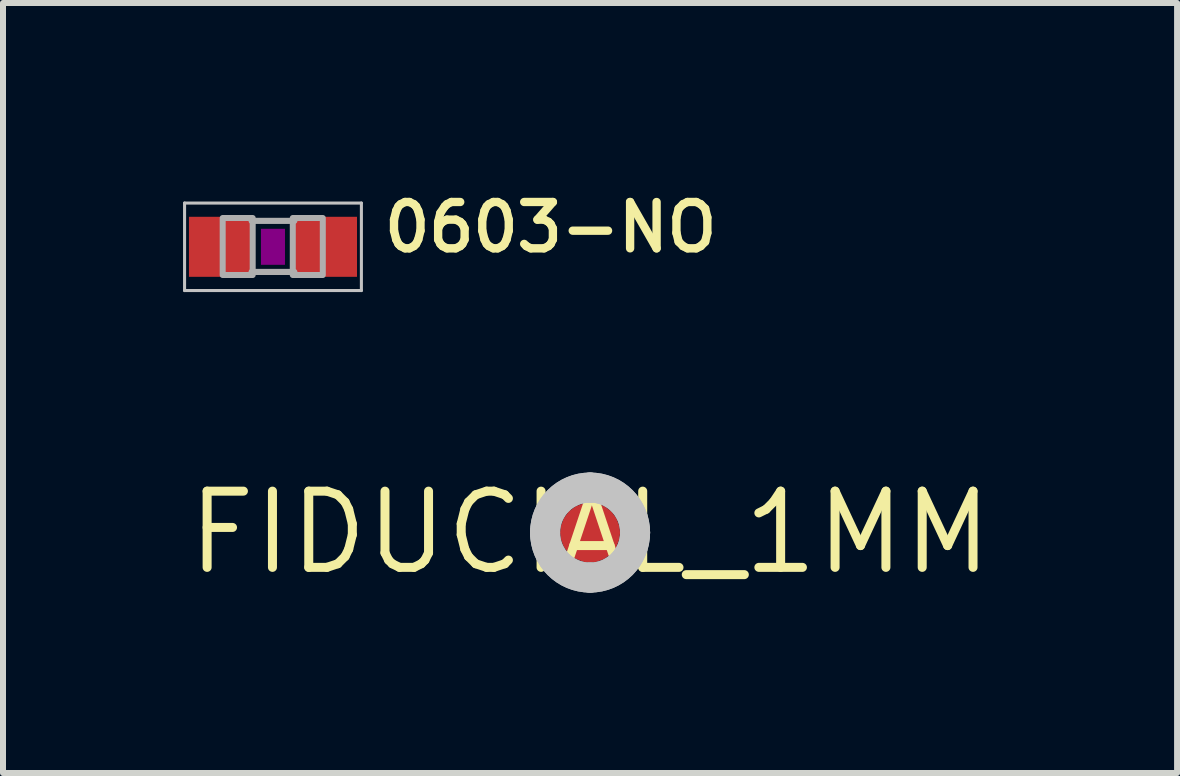
<source format=kicad_pcb>
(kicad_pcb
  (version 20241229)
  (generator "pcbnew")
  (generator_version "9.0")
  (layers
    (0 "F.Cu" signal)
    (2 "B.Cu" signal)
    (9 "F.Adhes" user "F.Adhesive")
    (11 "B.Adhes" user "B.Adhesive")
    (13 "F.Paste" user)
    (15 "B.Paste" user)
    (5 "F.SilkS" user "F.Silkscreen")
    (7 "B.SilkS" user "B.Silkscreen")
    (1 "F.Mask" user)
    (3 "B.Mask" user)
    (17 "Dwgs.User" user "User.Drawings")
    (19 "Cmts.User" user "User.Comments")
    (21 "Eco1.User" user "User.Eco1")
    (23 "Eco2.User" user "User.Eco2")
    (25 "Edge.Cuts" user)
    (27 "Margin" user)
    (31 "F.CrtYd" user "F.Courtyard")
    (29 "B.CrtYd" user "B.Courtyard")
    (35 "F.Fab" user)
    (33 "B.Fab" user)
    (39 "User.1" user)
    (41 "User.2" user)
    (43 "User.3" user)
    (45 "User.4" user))
  (footprint "FIDUCIAL_1MM"
    (layer "F.Cu")
    (at 6.781 5.823)
    (property "Reference" "FIDUCIAL_1MM" (at 0 0 0) (layer "F.SilkS") (effects (font (size 1.27 1.27) (thickness 0.15))))
    (attr through_hole)
    (fp_arc (start -0.75 0) (mid -0.53033 -0.53033) (end 0 -0.75) (stroke (width 0.5) (type solid)) (layer "F.Mask"))
    (fp_arc (start 0 -0.75) (mid 0.53033 -0.53033) (end 0.75 0) (stroke (width 0.5) (type solid)) (layer "F.Mask"))
    (fp_arc (start 0 0.75) (mid -0.53033 0.53033) (end -0.75 0) (stroke (width 0.5) (type solid)) (layer "F.Mask"))
    (fp_arc (start 0.75 0) (mid 0.53033 0.53033) (end 0 0.75) (stroke (width 0.5) (type solid)) (layer "F.Mask"))
    (fp_arc (start -0.75 0) (mid -0.53033 -0.53033) (end 0 -0.75) (stroke (width 0.5) (type solid)) (layer "Dwgs.User"))
    (fp_arc (start -0.75 0) (mid -0.53033 -0.53033) (end 0 -0.75) (stroke (width 0.5) (type solid)) (layer "Dwgs.User"))
    (fp_arc (start 0 -0.75) (mid 0.53033 -0.53033) (end 0.75 0) (stroke (width 0.5) (type solid)) (layer "Dwgs.User"))
    (fp_arc (start 0 -0.75) (mid 0.53033 -0.53033) (end 0.75 0) (stroke (width 0.5) (type solid)) (layer "Dwgs.User"))
    (fp_arc (start 0 0.75) (mid -0.53033 0.53033) (end -0.75 0) (stroke (width 0.5) (type solid)) (layer "Dwgs.User"))
    (fp_arc (start 0 0.75) (mid -0.53033 0.53033) (end -0.75 0) (stroke (width 0.5) (type solid)) (layer "Dwgs.User"))
    (fp_arc (start 0.75 0) (mid 0.53033 0.53033) (end 0 0.75) (stroke (width 0.5) (type solid)) (layer "Dwgs.User"))
    (fp_arc (start 0.75 0) (mid 0.53033 0.53033) (end 0 0.75) (stroke (width 0.5) (type solid)) (layer "Dwgs.User"))
    (pad "1" smd roundrect (at 0 0) (size 1 1) (layers "F.Cu" "F.Mask") (roundrect_rratio 0.5)))
  (footprint "0603-NO"
    (layer "F.Cu")
    (at 1.498 1.062)
    (property "Reference" "0603-NO" (at 1.778 0.127 180) (layer "F.SilkS") (effects (font (size 0.772 0.772) (thickness 0.139)) (justify left bottom)))
    (attr through_hole)
    (fp_poly (pts (xy -0.2 0.3) (xy 0.2 0.3) (xy 0.2 -0.3) (xy -0.2 -0.3)) (stroke (width 0) (type solid)) (fill yes) (layer "F.Adhes"))
    (fp_line (start -1.473 -0.729) (end 1.473 -0.729) (stroke (width 0.051) (type solid)) (layer "Dwgs.User"))
    (fp_line (start -1.473 0.729) (end -1.473 -0.729) (stroke (width 0.051) (type solid)) (layer "Dwgs.User"))
    (fp_line (start 1.473 -0.729) (end 1.473 0.729) (stroke (width 0.051) (type solid)) (layer "Dwgs.User"))
    (fp_line (start 1.473 0.729) (end -1.473 0.729) (stroke (width 0.051) (type solid)) (layer "Dwgs.User"))
    (fp_line (start -0.356 -0.432) (end 0.356 -0.432) (stroke (width 0.102) (type solid)) (layer "F.Fab"))
    (fp_line (start -0.356 0.419) (end 0.356 0.419) (stroke (width 0.102) (type solid)) (layer "F.Fab"))
    (fp_poly (pts (xy -0.838 0.47) (xy -0.338 0.47) (xy -0.338 -0.48) (xy -0.838 -0.48)) (stroke (width 0.1) (type solid)) (fill no) (layer "F.Fab"))
    (fp_poly (pts (xy 0.33 0.47) (xy 0.83 0.47) (xy 0.83 -0.48) (xy 0.33 -0.48)) (stroke (width 0.1) (type solid)) (fill no) (layer "F.Fab"))
    (pad "1" smd rect (at -0.85 0) (size 1.1 1) (layers "F.Cu" "F.Mask" "F.Paste"))
    (pad "2" smd rect (at 0.85 0) (size 1.1 1) (layers "F.Cu" "F.Mask" "F.Paste")))
  (gr_rect
    (start -3 -3)
    (end 16.561 9.829)
    (stroke (width 0.1) (type default))
    (fill no)
    (layer "Edge.Cuts")))
</source>
